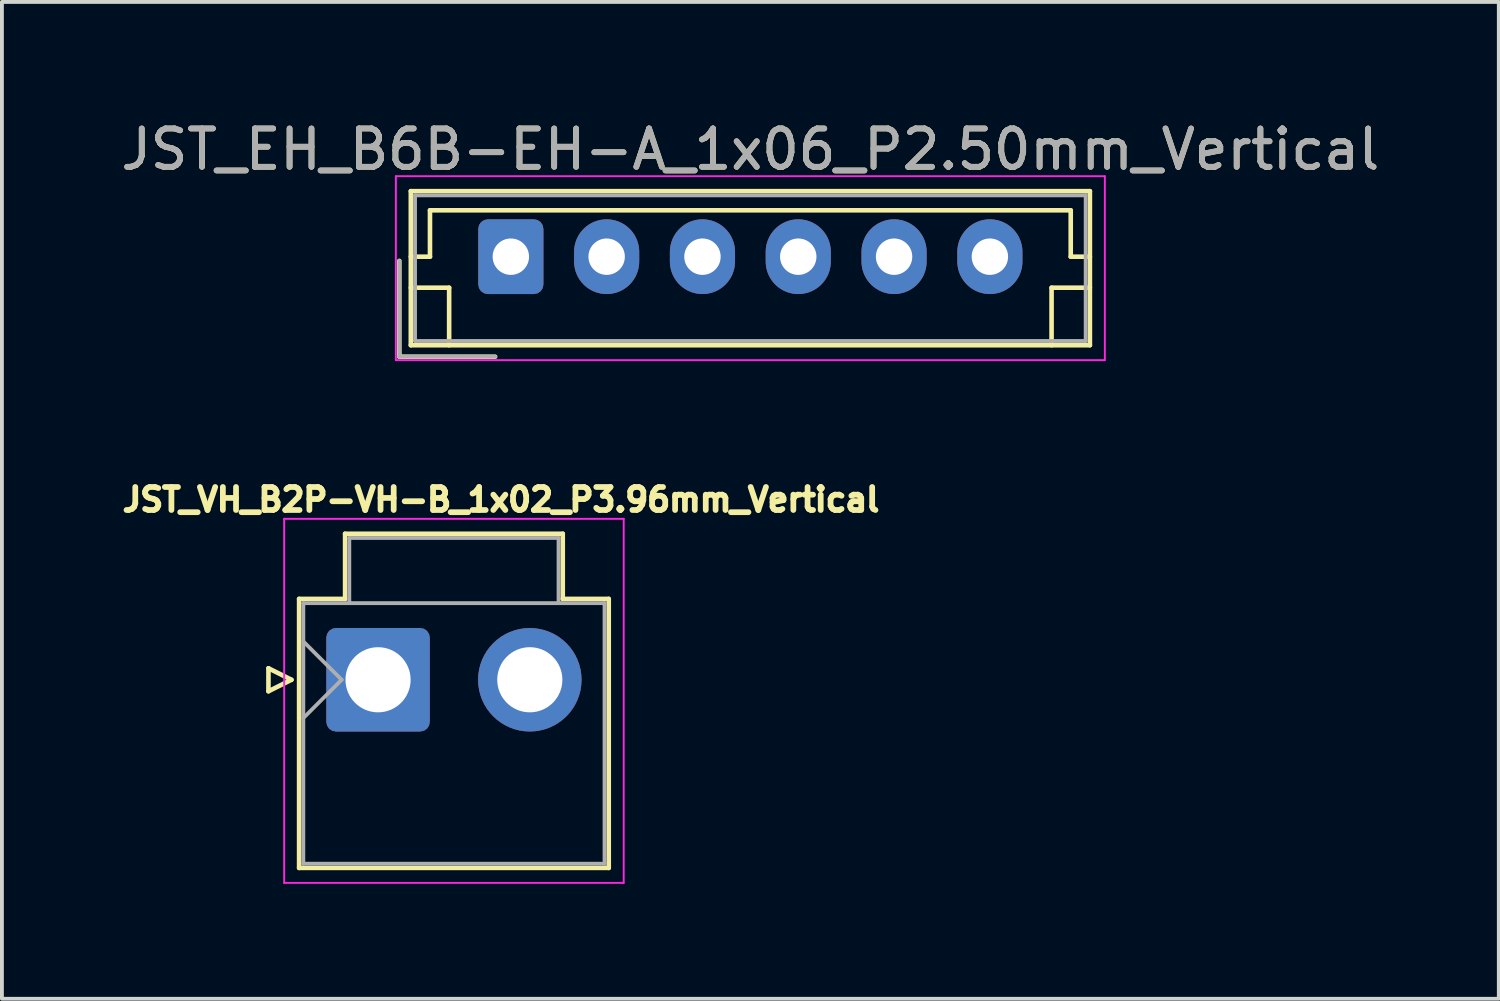
<source format=kicad_pcb>
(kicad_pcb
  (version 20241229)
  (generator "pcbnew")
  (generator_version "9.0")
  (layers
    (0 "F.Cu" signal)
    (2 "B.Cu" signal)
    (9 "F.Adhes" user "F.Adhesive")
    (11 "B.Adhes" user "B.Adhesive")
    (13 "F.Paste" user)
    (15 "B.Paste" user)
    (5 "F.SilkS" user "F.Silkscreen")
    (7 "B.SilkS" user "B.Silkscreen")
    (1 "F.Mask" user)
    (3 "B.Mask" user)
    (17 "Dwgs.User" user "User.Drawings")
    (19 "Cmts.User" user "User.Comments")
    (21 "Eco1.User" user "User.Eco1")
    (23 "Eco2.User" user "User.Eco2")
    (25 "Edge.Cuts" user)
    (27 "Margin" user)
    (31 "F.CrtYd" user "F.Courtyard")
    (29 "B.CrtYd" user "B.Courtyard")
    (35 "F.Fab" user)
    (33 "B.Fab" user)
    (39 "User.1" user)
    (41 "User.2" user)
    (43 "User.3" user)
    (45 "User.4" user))
  (footprint "JST_VH_B2P-VH-B_1x02_P3.96mm_Vertical"
    (layer "F.Cu")
    (at 6.815 14.688)
    (property "Reference" "JST_VH_B2P-VH-B_1x02_P3.96mm_Vertical" (at 3.208 -4.7 0) (layer "F.SilkS") (effects (font (size 0.6 0.6) (thickness 0.15))))
    (attr through_hole)
    (fp_line (start -2.86 -0.3) (end -2.26 0) (stroke (width 0.12) (type solid)) (layer "F.SilkS"))
    (fp_line (start -2.86 0.3) (end -2.86 -0.3) (stroke (width 0.12) (type solid)) (layer "F.SilkS"))
    (fp_line (start -2.26 0) (end -2.86 0.3) (stroke (width 0.12) (type solid)) (layer "F.SilkS"))
    (fp_line (start -2.06 -2.11) (end -0.86 -2.11) (stroke (width 0.12) (type solid)) (layer "F.SilkS"))
    (fp_line (start -2.06 4.91) (end -2.06 -2.11) (stroke (width 0.12) (type solid)) (layer "F.SilkS"))
    (fp_line (start -0.86 -3.81) (end 4.82 -3.81) (stroke (width 0.12) (type solid)) (layer "F.SilkS"))
    (fp_line (start -0.86 -2.11) (end -0.86 -3.81) (stroke (width 0.12) (type solid)) (layer "F.SilkS"))
    (fp_line (start 4.82 -3.81) (end 4.82 -2.11) (stroke (width 0.12) (type solid)) (layer "F.SilkS"))
    (fp_line (start 4.82 -2.11) (end 6.02 -2.11) (stroke (width 0.12) (type solid)) (layer "F.SilkS"))
    (fp_line (start 6.02 -2.11) (end 6.02 4.91) (stroke (width 0.12) (type solid)) (layer "F.SilkS"))
    (fp_line (start 6.02 4.91) (end -2.06 4.91) (stroke (width 0.12) (type solid)) (layer "F.SilkS"))
    (fp_line (start -2.45 -4.2) (end -2.45 5.3) (stroke (width 0.05) (type solid)) (layer "F.CrtYd"))
    (fp_line (start -2.45 5.3) (end 6.41 5.3) (stroke (width 0.05) (type solid)) (layer "F.CrtYd"))
    (fp_line (start 6.41 -4.2) (end -2.45 -4.2) (stroke (width 0.05) (type solid)) (layer "F.CrtYd"))
    (fp_line (start 6.41 5.3) (end 6.41 -4.2) (stroke (width 0.05) (type solid)) (layer "F.CrtYd"))
    (fp_line (start -1.95 -2) (end -1.95 4.8) (stroke (width 0.1) (type solid)) (layer "F.Fab"))
    (fp_line (start -1.95 -1) (end -0.95 0) (stroke (width 0.1) (type solid)) (layer "F.Fab"))
    (fp_line (start -1.95 1) (end -0.95 0) (stroke (width 0.1) (type solid)) (layer "F.Fab"))
    (fp_line (start -1.95 4.8) (end 5.91 4.8) (stroke (width 0.1) (type solid)) (layer "F.Fab"))
    (fp_line (start -0.75 -3.7) (end 4.71 -3.7) (stroke (width 0.1) (type solid)) (layer "F.Fab"))
    (fp_line (start -0.75 -2) (end -0.75 -3.7) (stroke (width 0.1) (type solid)) (layer "F.Fab"))
    (fp_line (start 4.71 -3.7) (end 4.71 -2) (stroke (width 0.1) (type solid)) (layer "F.Fab"))
    (fp_line (start 5.91 -2) (end -1.95 -2) (stroke (width 0.1) (type solid)) (layer "F.Fab"))
    (fp_line (start 5.91 4.8) (end 5.91 -2) (stroke (width 0.1) (type solid)) (layer "F.Fab"))
    (pad "1" thru_hole roundrect (at 0 0) (size 2.7 2.7) (drill 1.7) (layers "*.Cu" "*.Mask") (roundrect_rratio 0.093))
    (pad "2" thru_hole circle (at 3.96 0) (size 2.7 2.7) (drill 1.7) (layers "*.Cu" "*.Mask")))
  (footprint "JST_EH_B6B-EH-A_1x06_P2.50mm_Vertical"
    (layer "F.Cu")
    (at 10.28 3.648)
    (property "Reference" "JST_EH_B6B-EH-A_1x06_P2.50mm_Vertical" (at 6.25 -2.8 0) (layer "F.SilkS") (effects (font (size 1 1) (thickness 0.15))))
    (attr through_hole)
    (fp_line (start -2.91 0.11) (end -2.91 2.61) (stroke (width 0.12) (type solid)) (layer "F.SilkS"))
    (fp_line (start -2.91 2.61) (end -0.41 2.61) (stroke (width 0.12) (type solid)) (layer "F.SilkS"))
    (fp_line (start -2.61 -1.71) (end -2.61 2.31) (stroke (width 0.12) (type solid)) (layer "F.SilkS"))
    (fp_line (start -2.61 0) (end -2.11 0) (stroke (width 0.12) (type solid)) (layer "F.SilkS"))
    (fp_line (start -2.61 0.81) (end -1.61 0.81) (stroke (width 0.12) (type solid)) (layer "F.SilkS"))
    (fp_line (start -2.61 2.31) (end 15.11 2.31) (stroke (width 0.12) (type solid)) (layer "F.SilkS"))
    (fp_line (start -2.11 -1.21) (end 14.61 -1.21) (stroke (width 0.12) (type solid)) (layer "F.SilkS"))
    (fp_line (start -2.11 0) (end -2.11 -1.21) (stroke (width 0.12) (type solid)) (layer "F.SilkS"))
    (fp_line (start -1.61 0.81) (end -1.61 2.31) (stroke (width 0.12) (type solid)) (layer "F.SilkS"))
    (fp_line (start 14.11 0.81) (end 14.11 2.31) (stroke (width 0.12) (type solid)) (layer "F.SilkS"))
    (fp_line (start 14.61 -1.21) (end 14.61 0) (stroke (width 0.12) (type solid)) (layer "F.SilkS"))
    (fp_line (start 14.61 0) (end 15.11 0) (stroke (width 0.12) (type solid)) (layer "F.SilkS"))
    (fp_line (start 15.11 -1.71) (end -2.61 -1.71) (stroke (width 0.12) (type solid)) (layer "F.SilkS"))
    (fp_line (start 15.11 0.81) (end 14.11 0.81) (stroke (width 0.12) (type solid)) (layer "F.SilkS"))
    (fp_line (start 15.11 2.31) (end 15.11 -1.71) (stroke (width 0.12) (type solid)) (layer "F.SilkS"))
    (fp_line (start -3 -2.1) (end -3 2.7) (stroke (width 0.05) (type solid)) (layer "F.CrtYd"))
    (fp_line (start -3 2.7) (end 15.5 2.7) (stroke (width 0.05) (type solid)) (layer "F.CrtYd"))
    (fp_line (start 15.5 -2.1) (end -3 -2.1) (stroke (width 0.05) (type solid)) (layer "F.CrtYd"))
    (fp_line (start 15.5 2.7) (end 15.5 -2.1) (stroke (width 0.05) (type solid)) (layer "F.CrtYd"))
    (fp_line (start -2.91 0.11) (end -2.91 2.61) (stroke (width 0.1) (type solid)) (layer "F.Fab"))
    (fp_line (start -2.91 2.61) (end -0.41 2.61) (stroke (width 0.1) (type solid)) (layer "F.Fab"))
    (fp_line (start -2.5 -1.6) (end -2.5 2.2) (stroke (width 0.1) (type solid)) (layer "F.Fab"))
    (fp_line (start -2.5 2.2) (end 15 2.2) (stroke (width 0.1) (type solid)) (layer "F.Fab"))
    (fp_line (start 15 -1.6) (end -2.5 -1.6) (stroke (width 0.1) (type solid)) (layer "F.Fab"))
    (fp_line (start 15 2.2) (end 15 -1.6) (stroke (width 0.1) (type solid)) (layer "F.Fab"))
    (fp_text user "${REFERENCE}" (at 6.25 -2.8 0) (layer "F.Fab") (effects (font (size 1 1) (thickness 0.15))))
    (pad "1" thru_hole roundrect (at 0 0) (size 1.7 1.95) (drill 0.95) (layers "*.Cu" "*.Mask") (roundrect_rratio 0.147))
    (pad "2" thru_hole oval (at 2.5 0) (size 1.7 1.95) (drill 0.95) (layers "*.Cu" "*.Mask"))
    (pad "3" thru_hole oval (at 5 0) (size 1.7 1.95) (drill 0.95) (layers "*.Cu" "*.Mask"))
    (pad "4" thru_hole oval (at 7.5 0) (size 1.7 1.95) (drill 0.95) (layers "*.Cu" "*.Mask"))
    (pad "5" thru_hole oval (at 10 0) (size 1.7 1.95) (drill 0.95) (layers "*.Cu" "*.Mask"))
    (pad "6" thru_hole oval (at 12.5 0) (size 1.7 1.95) (drill 0.95) (layers "*.Cu" "*.Mask")))
  (gr_rect
    (start -3 -3)
    (end 36.06 23.012)
    (stroke (width 0.1) (type default))
    (fill no)
    (layer "Edge.Cuts")))
</source>
